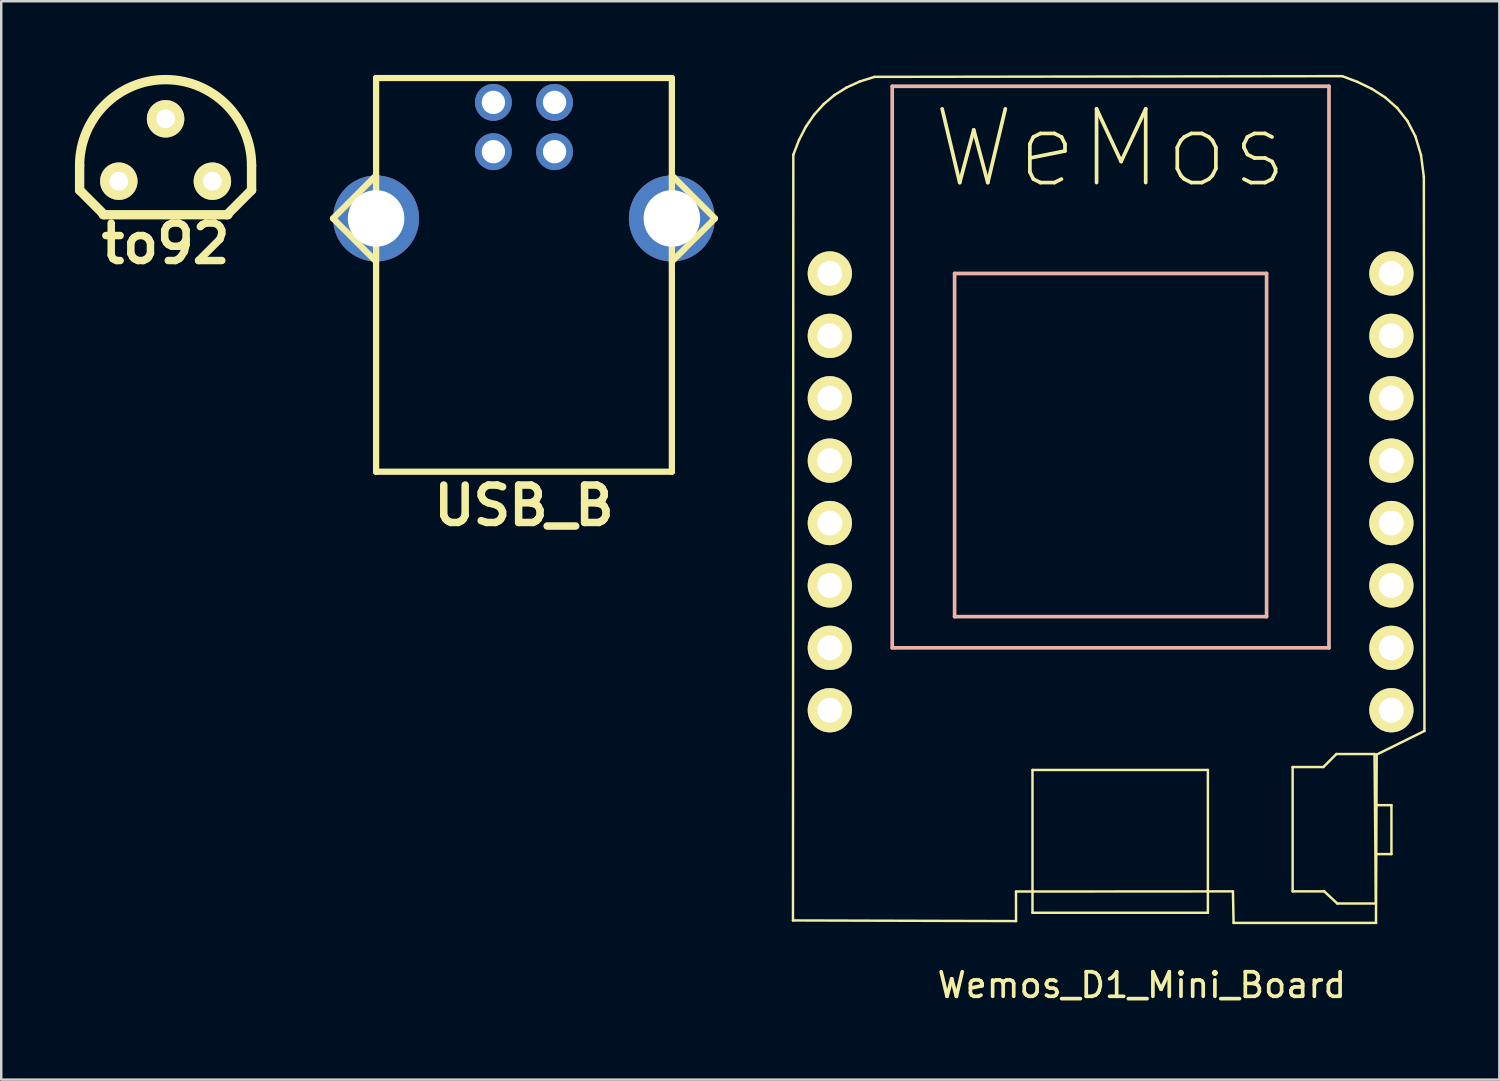
<source format=kicad_pcb>
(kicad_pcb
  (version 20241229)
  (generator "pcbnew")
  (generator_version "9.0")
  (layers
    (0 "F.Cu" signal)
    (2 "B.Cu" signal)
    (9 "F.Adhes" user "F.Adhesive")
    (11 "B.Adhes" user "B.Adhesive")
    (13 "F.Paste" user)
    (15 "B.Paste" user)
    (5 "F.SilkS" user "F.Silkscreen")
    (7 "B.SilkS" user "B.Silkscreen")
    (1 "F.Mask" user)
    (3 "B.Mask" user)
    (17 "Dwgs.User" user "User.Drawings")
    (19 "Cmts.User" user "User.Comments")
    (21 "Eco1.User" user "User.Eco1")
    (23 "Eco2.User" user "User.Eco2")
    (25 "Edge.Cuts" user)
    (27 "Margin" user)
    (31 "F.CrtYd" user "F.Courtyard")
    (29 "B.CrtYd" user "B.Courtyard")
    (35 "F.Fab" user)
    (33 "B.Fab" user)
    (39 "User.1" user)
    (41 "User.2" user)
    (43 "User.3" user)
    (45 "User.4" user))
  (footprint "USB_B"
    (layer "F.Cu")
    (at 18.28 8.128)
    (property "Reference" "USB_B" (at 0 9.401 0) (layer "F.SilkS") (effects (font (size 1.524 1.524) (thickness 0.305))))
    (attr through_hole)
    (fp_line (start -7.772 -2.286) (end -6.02 -0.533) (stroke (width 0.254) (type solid)) (layer "F.SilkS"))
    (fp_line (start -6.02 -8.001) (end -6.02 -2.286) (stroke (width 0.254) (type solid)) (layer "F.SilkS"))
    (fp_line (start -6.02 -4.039) (end -7.772 -2.286) (stroke (width 0.254) (type solid)) (layer "F.SilkS"))
    (fp_line (start -6.02 -2.286) (end -6.02 8.026) (stroke (width 0.254) (type solid)) (layer "F.SilkS"))
    (fp_line (start -6.02 8.026) (end 6.02 8.026) (stroke (width 0.254) (type solid)) (layer "F.SilkS"))
    (fp_line (start 6.02 -8.001) (end -6.02 -8.001) (stroke (width 0.254) (type solid)) (layer "F.SilkS"))
    (fp_line (start 6.02 -4.039) (end 7.772 -2.286) (stroke (width 0.254) (type solid)) (layer "F.SilkS"))
    (fp_line (start 6.02 -2.286) (end 6.02 -8.001) (stroke (width 0.254) (type solid)) (layer "F.SilkS"))
    (fp_line (start 6.02 8.026) (end 6.02 -2.286) (stroke (width 0.254) (type solid)) (layer "F.SilkS"))
    (fp_line (start 7.772 -2.286) (end 6.02 -0.533) (stroke (width 0.254) (type solid)) (layer "F.SilkS"))
    (pad "" thru_hole circle (at -6.02 -2.286) (size 3.5 3.5) (drill 2.301) (layers "*.Cu" "*.Mask"))
    (pad "" thru_hole circle (at 6.02 -2.286) (size 3.5 3.5) (drill 2.301) (layers "*.Cu" "*.Mask"))
    (pad "1" thru_hole circle (at 1.245 -7.01) (size 1.501 1.501) (drill 0.95) (layers "*.Cu" "*.Mask"))
    (pad "2" thru_hole circle (at -1.245 -7.01) (size 1.501 1.501) (drill 0.95) (layers "*.Cu" "*.Mask"))
    (pad "3" thru_hole circle (at -1.245 -5.004) (size 1.501 1.501) (drill 0.95) (layers "*.Cu" "*.Mask"))
    (pad "4" thru_hole circle (at 1.245 -5.004) (size 1.501 1.501) (drill 0.95) (layers "*.Cu" "*.Mask")))
  (footprint "to92"
    (layer "F.Cu")
    (at 3.691 3.691)
    (property "Reference" "to92" (at 0 3.175 0) (layer "F.SilkS") (effects (font (size 1.524 1.524) (thickness 0.305))))
    (attr through_hole)
    (fp_line (start -3.5 1) (end -3.5 0) (stroke (width 0.381) (type solid)) (layer "F.SilkS"))
    (fp_line (start -2.5 2) (end -3.5 1) (stroke (width 0.381) (type solid)) (layer "F.SilkS"))
    (fp_line (start 2.5 2) (end 3.5 1) (stroke (width 0.381) (type solid)) (layer "F.SilkS"))
    (fp_line (start 2.54 2) (end -2.54 2) (stroke (width 0.381) (type solid)) (layer "F.SilkS"))
    (fp_line (start 3.5 1) (end 3.5 0) (stroke (width 0.381) (type solid)) (layer "F.SilkS"))
    (fp_arc (start -3.5 0) (mid 0 -3.5) (end 3.5 0) (stroke (width 0.381) (type solid)) (layer "F.SilkS"))
    (pad "1" thru_hole circle (at -1.905 0.635) (size 1.524 1.524) (drill 0.762) (layers "*.Cu" "*.Mask" "F.SilkS"))
    (pad "2" thru_hole circle (at 0 -1.905) (size 1.524 1.524) (drill 0.762) (layers "*.Cu" "*.Mask" "F.SilkS"))
    (pad "3" thru_hole circle (at 1.905 0.635) (size 1.524 1.524) (drill 0.762) (layers "*.Cu" "*.Mask" "F.SilkS")))
  (footprint "Wemos_D1_Mini_Board"
    (layer "F.Cu")
    (at 42.16 18.242)
    (property "Reference" "Wemos_D1_Mini_Board" (at 1.27 18.81 0) (layer "F.SilkS") (effects (font (size 1 1) (thickness 0.15))))
    (attr through_hole)
    (fp_line (start -12.93 16.177) (end -12.916 -14.993) (stroke (width 0.1) (type solid)) (layer "F.SilkS"))
    (fp_line (start -12.916 -14.993) (end -12.683 -15.596) (stroke (width 0.1) (type solid)) (layer "F.SilkS"))
    (fp_line (start -12.683 -15.596) (end -12.4 -16.141) (stroke (width 0.1) (type solid)) (layer "F.SilkS"))
    (fp_line (start -12.4 -16.141) (end -12.065 -16.628) (stroke (width 0.1) (type solid)) (layer "F.SilkS"))
    (fp_line (start -12.065 -16.628) (end -11.679 -17.055) (stroke (width 0.1) (type solid)) (layer "F.SilkS"))
    (fp_line (start -11.679 -17.055) (end -11.241 -17.423) (stroke (width 0.1) (type solid)) (layer "F.SilkS"))
    (fp_line (start -11.241 -17.423) (end -10.749 -17.73) (stroke (width 0.1) (type solid)) (layer "F.SilkS"))
    (fp_line (start -10.749 -17.73) (end -10.205 -17.977) (stroke (width 0.1) (type solid)) (layer "F.SilkS"))
    (fp_line (start -10.205 -17.977) (end -9.607 -18.163) (stroke (width 0.1) (type solid)) (layer "F.SilkS"))
    (fp_line (start -9.607 -18.163) (end 9.43 -18.192) (stroke (width 0.1) (type solid)) (layer "F.SilkS"))
    (fp_line (start -3.851 15) (end -3.849 16.203) (stroke (width 0.1) (type solid)) (layer "F.SilkS"))
    (fp_line (start -3.849 16.203) (end -12.93 16.177) (stroke (width 0.1) (type solid)) (layer "F.SilkS"))
    (fp_line (start -3.18 10.051) (end 3.96 10.051) (stroke (width 0.1) (type solid)) (layer "F.SilkS"))
    (fp_line (start -3.18 15.865) (end -3.18 10.051) (stroke (width 0.1) (type solid)) (layer "F.SilkS"))
    (fp_line (start 3.96 10.051) (end 3.96 15.865) (stroke (width 0.1) (type solid)) (layer "F.SilkS"))
    (fp_line (start 3.96 15.865) (end -3.18 15.865) (stroke (width 0.1) (type solid)) (layer "F.SilkS"))
    (fp_line (start 4.98 14.994) (end -3.851 15) (stroke (width 0.1) (type solid)) (layer "F.SilkS"))
    (fp_line (start 5.006 16.277) (end 4.98 14.994) (stroke (width 0.1) (type solid)) (layer "F.SilkS"))
    (fp_line (start 7.41 9.932) (end 7.41 14.994) (stroke (width 0.1) (type solid)) (layer "F.SilkS"))
    (fp_line (start 7.41 14.994) (end 8.697 14.994) (stroke (width 0.1) (type solid)) (layer "F.SilkS"))
    (fp_line (start 8.662 9.932) (end 7.41 9.932) (stroke (width 0.1) (type solid)) (layer "F.SilkS"))
    (fp_line (start 8.697 14.994) (end 9.227 15.488) (stroke (width 0.1) (type solid)) (layer "F.SilkS"))
    (fp_line (start 9.191 9.402) (end 8.662 9.932) (stroke (width 0.1) (type solid)) (layer "F.SilkS"))
    (fp_line (start 9.227 15.488) (end 10.797 15.488) (stroke (width 0.1) (type solid)) (layer "F.SilkS"))
    (fp_line (start 9.43 -18.192) (end 10.05 -17.958) (stroke (width 0.1) (type solid)) (layer "F.SilkS"))
    (fp_line (start 10.05 -17.958) (end 10.638 -17.673) (stroke (width 0.1) (type solid)) (layer "F.SilkS"))
    (fp_line (start 10.638 -17.673) (end 11.181 -17.324) (stroke (width 0.1) (type solid)) (layer "F.SilkS"))
    (fp_line (start 10.744 9.402) (end 9.191 9.402) (stroke (width 0.1) (type solid)) (layer "F.SilkS"))
    (fp_line (start 10.779 11.484) (end 11.432 11.484) (stroke (width 0.1) (type solid)) (layer "F.SilkS"))
    (fp_line (start 10.797 15.488) (end 10.744 9.402) (stroke (width 0.1) (type solid)) (layer "F.SilkS"))
    (fp_line (start 10.817 16.277) (end 5.006 16.277) (stroke (width 0.1) (type solid)) (layer "F.SilkS"))
    (fp_line (start 10.832 9.424) (end 10.803 16.233) (stroke (width 0.1) (type solid)) (layer "F.SilkS"))
    (fp_line (start 11.181 -17.324) (end 11.667 -16.895) (stroke (width 0.1) (type solid)) (layer "F.SilkS"))
    (fp_line (start 11.432 11.484) (end 11.432 13.477) (stroke (width 0.1) (type solid)) (layer "F.SilkS"))
    (fp_line (start 11.432 13.477) (end 10.814 13.477) (stroke (width 0.1) (type solid)) (layer "F.SilkS"))
    (fp_line (start 11.667 -16.895) (end 12.08 -16.371) (stroke (width 0.1) (type solid)) (layer "F.SilkS"))
    (fp_line (start 12.08 -16.371) (end 12.407 -15.74) (stroke (width 0.1) (type solid)) (layer "F.SilkS"))
    (fp_line (start 12.407 -15.74) (end 12.635 -14.985) (stroke (width 0.1) (type solid)) (layer "F.SilkS"))
    (fp_line (start 12.635 -14.985) (end 12.751 -14.092) (stroke (width 0.1) (type solid)) (layer "F.SilkS"))
    (fp_line (start 12.751 -14.092) (end 12.776 8.463) (stroke (width 0.1) (type solid)) (layer "F.SilkS"))
    (fp_line (start 12.776 8.463) (end 10.832 9.424) (stroke (width 0.1) (type solid)) (layer "F.SilkS"))
    (fp_line (start -8.89 -17.78) (end -8.89 5.08) (stroke (width 0.15) (type solid)) (layer "B.SilkS"))
    (fp_line (start -8.89 5.08) (end 8.89 5.08) (stroke (width 0.15) (type solid)) (layer "B.SilkS"))
    (fp_line (start -6.35 -10.16) (end 6.35 -10.16) (stroke (width 0.15) (type solid)) (layer "B.SilkS"))
    (fp_line (start -6.35 3.81) (end -6.35 -10.16) (stroke (width 0.15) (type solid)) (layer "B.SilkS"))
    (fp_line (start 6.35 -10.16) (end 6.35 3.81) (stroke (width 0.15) (type solid)) (layer "B.SilkS"))
    (fp_line (start 6.35 3.81) (end -6.35 3.81) (stroke (width 0.15) (type solid)) (layer "B.SilkS"))
    (fp_line (start 8.89 -17.78) (end -8.89 -17.78) (stroke (width 0.15) (type solid)) (layer "B.SilkS"))
    (fp_line (start 8.89 5.08) (end 8.89 -17.78) (stroke (width 0.15) (type solid)) (layer "B.SilkS"))
    (fp_text user "WeMos" (at 0 -15.24 0) (layer "F.SilkS") (effects (font (size 3 3) (thickness 0.15))))
    (pad "1" thru_hole circle (at -11.43 7.62) (size 1.8 1.8) (drill 1.016) (layers "*.Cu" "*.Mask" "F.SilkS"))
    (pad "2" thru_hole circle (at -11.43 5.08) (size 1.8 1.8) (drill 1.016) (layers "*.Cu" "*.Mask" "F.SilkS"))
    (pad "3" thru_hole circle (at -11.43 2.54) (size 1.8 1.8) (drill 1.016) (layers "*.Cu" "*.Mask" "F.SilkS"))
    (pad "4" thru_hole circle (at -11.43 0) (size 1.8 1.8) (drill 1.016) (layers "*.Cu" "*.Mask" "F.SilkS"))
    (pad "5" thru_hole circle (at -11.43 -2.54) (size 1.8 1.8) (drill 1.016) (layers "*.Cu" "*.Mask" "F.SilkS"))
    (pad "6" thru_hole circle (at -11.43 -5.08) (size 1.8 1.8) (drill 1.016) (layers "*.Cu" "*.Mask" "F.SilkS"))
    (pad "7" thru_hole circle (at -11.43 -7.62) (size 1.8 1.8) (drill 1.016) (layers "*.Cu" "*.Mask" "F.SilkS"))
    (pad "8" thru_hole circle (at -11.43 -10.16) (size 1.8 1.8) (drill 1.016) (layers "*.Cu" "*.Mask" "F.SilkS"))
    (pad "9" thru_hole circle (at 11.43 -10.16) (size 1.8 1.8) (drill 1.016) (layers "*.Cu" "*.Mask" "F.SilkS"))
    (pad "10" thru_hole circle (at 11.43 -7.62) (size 1.8 1.8) (drill 1.016) (layers "*.Cu" "*.Mask" "F.SilkS"))
    (pad "11" thru_hole circle (at 11.43 -5.08) (size 1.8 1.8) (drill 1.016) (layers "*.Cu" "*.Mask" "F.SilkS"))
    (pad "12" thru_hole circle (at 11.43 -2.54) (size 1.8 1.8) (drill 1.016) (layers "*.Cu" "*.Mask" "F.SilkS"))
    (pad "13" thru_hole circle (at 11.43 0) (size 1.8 1.8) (drill 1.016) (layers "*.Cu" "*.Mask" "F.SilkS"))
    (pad "14" thru_hole circle (at 11.43 2.54) (size 1.8 1.8) (drill 1.016) (layers "*.Cu" "*.Mask" "F.SilkS"))
    (pad "15" thru_hole circle (at 11.43 5.08) (size 1.8 1.8) (drill 1.016) (layers "*.Cu" "*.Mask" "F.SilkS"))
    (pad "16" thru_hole circle (at 11.43 7.62) (size 1.8 1.8) (drill 1.016) (layers "*.Cu" "*.Mask" "F.SilkS")))
  (gr_rect
    (start -3 -3)
    (end 57.986 40.9)
    (stroke (width 0.1) (type default))
    (fill no)
    (layer "Edge.Cuts")))
</source>
